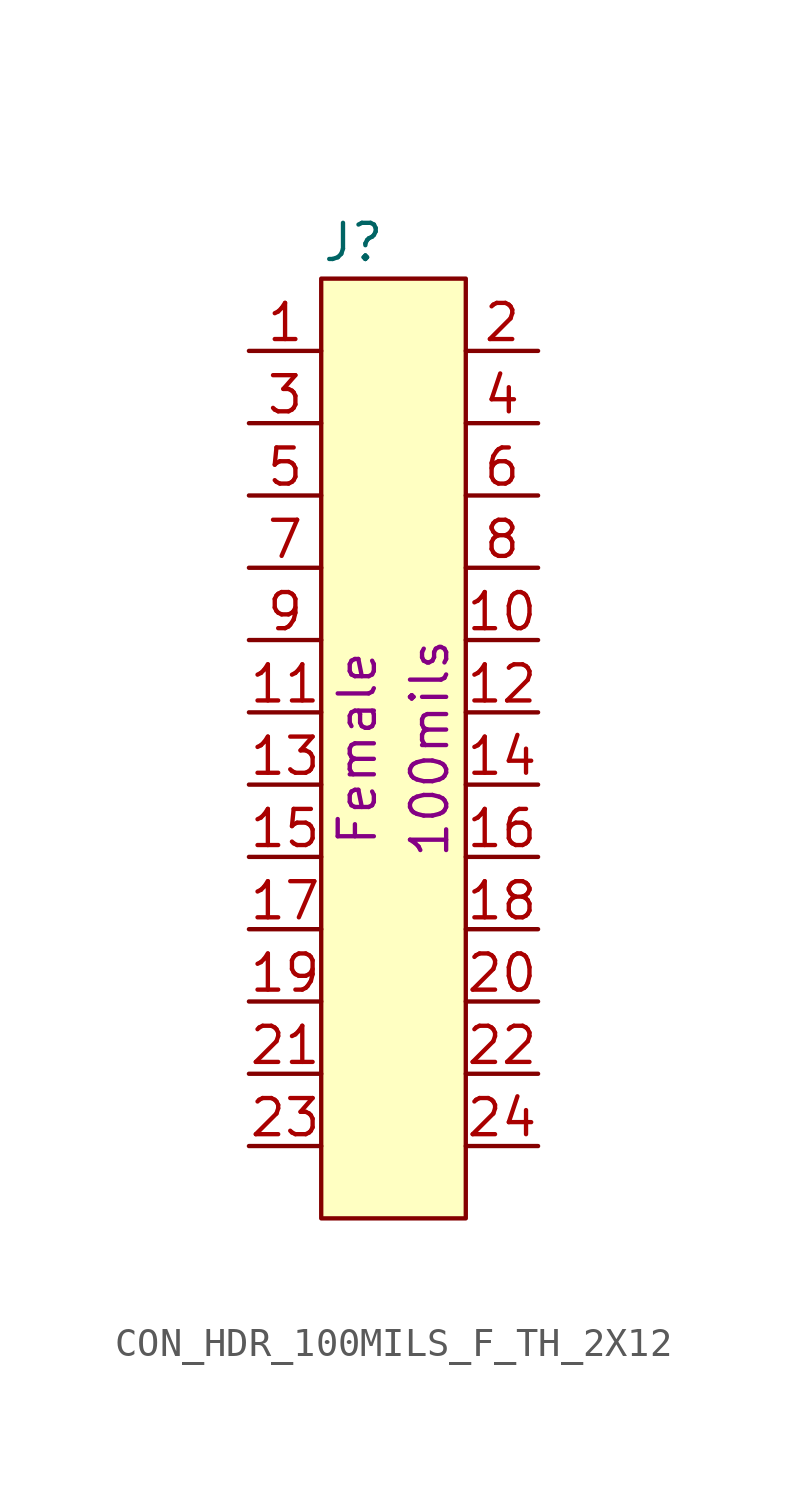
<source format=kicad_sym>
(kicad_symbol_lib
  (version 20211014)
  (generator kicad_symbol_editor)
  (symbol "CON_HDR_100MILS_F_TH_2X12"
    (pin_names
      (offset 1.27) hide)
    (property "Reference" "J"
      (at 0 1.27 0)
      (effects (font (size 1.27 1.27)) (justify left)))
    (property "Property" "100mils"
      (at 3.81 -16.51 90)
      (effects (font (size 1.27 1.27))))
    (property "Note" "Female"
      (at 1.27 -16.51 90)
      (effects (font (size 1.27 1.27))))
    (symbol "CON_HDR_100MILS_F_TH_2X12_0_1"
      (rectangle (start 0 0) (end 5.08 -33.02) (stroke (width 0) (type default) (color 0 0 0 0)) (fill (type background))))
    (symbol "CON_HDR_100MILS_F_TH_2X12_1_1"
      (pin passive line (at -2.54 -2.54 0) (length 2.54) (name "1" (effects (font (size 1.27 1.27)))) (number "1" (effects (font (size 1.27 1.27)))))
      (pin passive line (at 7.62 -12.7 180) (length 2.54) (name "10" (effects (font (size 1.27 1.27)))) (number "10" (effects (font (size 1.27 1.27)))))
      (pin passive line (at -2.54 -15.24 0) (length 2.54) (name "11" (effects (font (size 1.27 1.27)))) (number "11" (effects (font (size 1.27 1.27)))))
      (pin passive line (at 7.62 -15.24 180) (length 2.54) (name "12" (effects (font (size 1.27 1.27)))) (number "12" (effects (font (size 1.27 1.27)))))
      (pin passive line (at -2.54 -17.78 0) (length 2.54) (name "13" (effects (font (size 1.27 1.27)))) (number "13" (effects (font (size 1.27 1.27)))))
      (pin passive line (at 7.62 -17.78 180) (length 2.54) (name "14" (effects (font (size 1.27 1.27)))) (number "14" (effects (font (size 1.27 1.27)))))
      (pin passive line (at -2.54 -20.32 0) (length 2.54) (name "15" (effects (font (size 1.27 1.27)))) (number "15" (effects (font (size 1.27 1.27)))))
      (pin passive line (at 7.62 -20.32 180) (length 2.54) (name "16" (effects (font (size 1.27 1.27)))) (number "16" (effects (font (size 1.27 1.27)))))
      (pin passive line (at -2.54 -22.86 0) (length 2.54) (name "17" (effects (font (size 1.27 1.27)))) (number "17" (effects (font (size 1.27 1.27)))))
      (pin passive line (at 7.62 -22.86 180) (length 2.54) (name "18" (effects (font (size 1.27 1.27)))) (number "18" (effects (font (size 1.27 1.27)))))
      (pin passive line (at -2.54 -25.4 0) (length 2.54) (name "19" (effects (font (size 1.27 1.27)))) (number "19" (effects (font (size 1.27 1.27)))))
      (pin passive line (at 7.62 -2.54 180) (length 2.54) (name "2" (effects (font (size 1.27 1.27)))) (number "2" (effects (font (size 1.27 1.27)))))
      (pin passive line (at 7.62 -25.4 180) (length 2.54) (name "20" (effects (font (size 1.27 1.27)))) (number "20" (effects (font (size 1.27 1.27)))))
      (pin passive line (at -2.54 -27.94 0) (length 2.54) (name "21" (effects (font (size 1.27 1.27)))) (number "21" (effects (font (size 1.27 1.27)))))
      (pin passive line (at 7.62 -27.94 180) (length 2.54) (name "22" (effects (font (size 1.27 1.27)))) (number "22" (effects (font (size 1.27 1.27)))))
      (pin passive line (at -2.54 -30.48 0) (length 2.54) (name "23" (effects (font (size 1.27 1.27)))) (number "23" (effects (font (size 1.27 1.27)))))
      (pin passive line (at 7.62 -30.48 180) (length 2.54) (name "24" (effects (font (size 1.27 1.27)))) (number "24" (effects (font (size 1.27 1.27)))))
      (pin passive line (at -2.54 -5.08 0) (length 2.54) (name "3" (effects (font (size 1.27 1.27)))) (number "3" (effects (font (size 1.27 1.27)))))
      (pin passive line (at 7.62 -5.08 180) (length 2.54) (name "4" (effects (font (size 1.27 1.27)))) (number "4" (effects (font (size 1.27 1.27)))))
      (pin passive line (at -2.54 -7.62 0) (length 2.54) (name "5" (effects (font (size 1.27 1.27)))) (number "5" (effects (font (size 1.27 1.27)))))
      (pin passive line (at 7.62 -7.62 180) (length 2.54) (name "6" (effects (font (size 1.27 1.27)))) (number "6" (effects (font (size 1.27 1.27)))))
      (pin passive line (at -2.54 -10.16 0) (length 2.54) (name "7" (effects (font (size 1.27 1.27)))) (number "7" (effects (font (size 1.27 1.27)))))
      (pin passive line (at 7.62 -10.16 180) (length 2.54) (name "8" (effects (font (size 1.27 1.27)))) (number "8" (effects (font (size 1.27 1.27)))))
      (pin passive line (at -2.54 -12.7 0) (length 2.54) (name "9" (effects (font (size 1.27 1.27)))) (number "9" (effects (font (size 1.27 1.27))))))))
</source>
